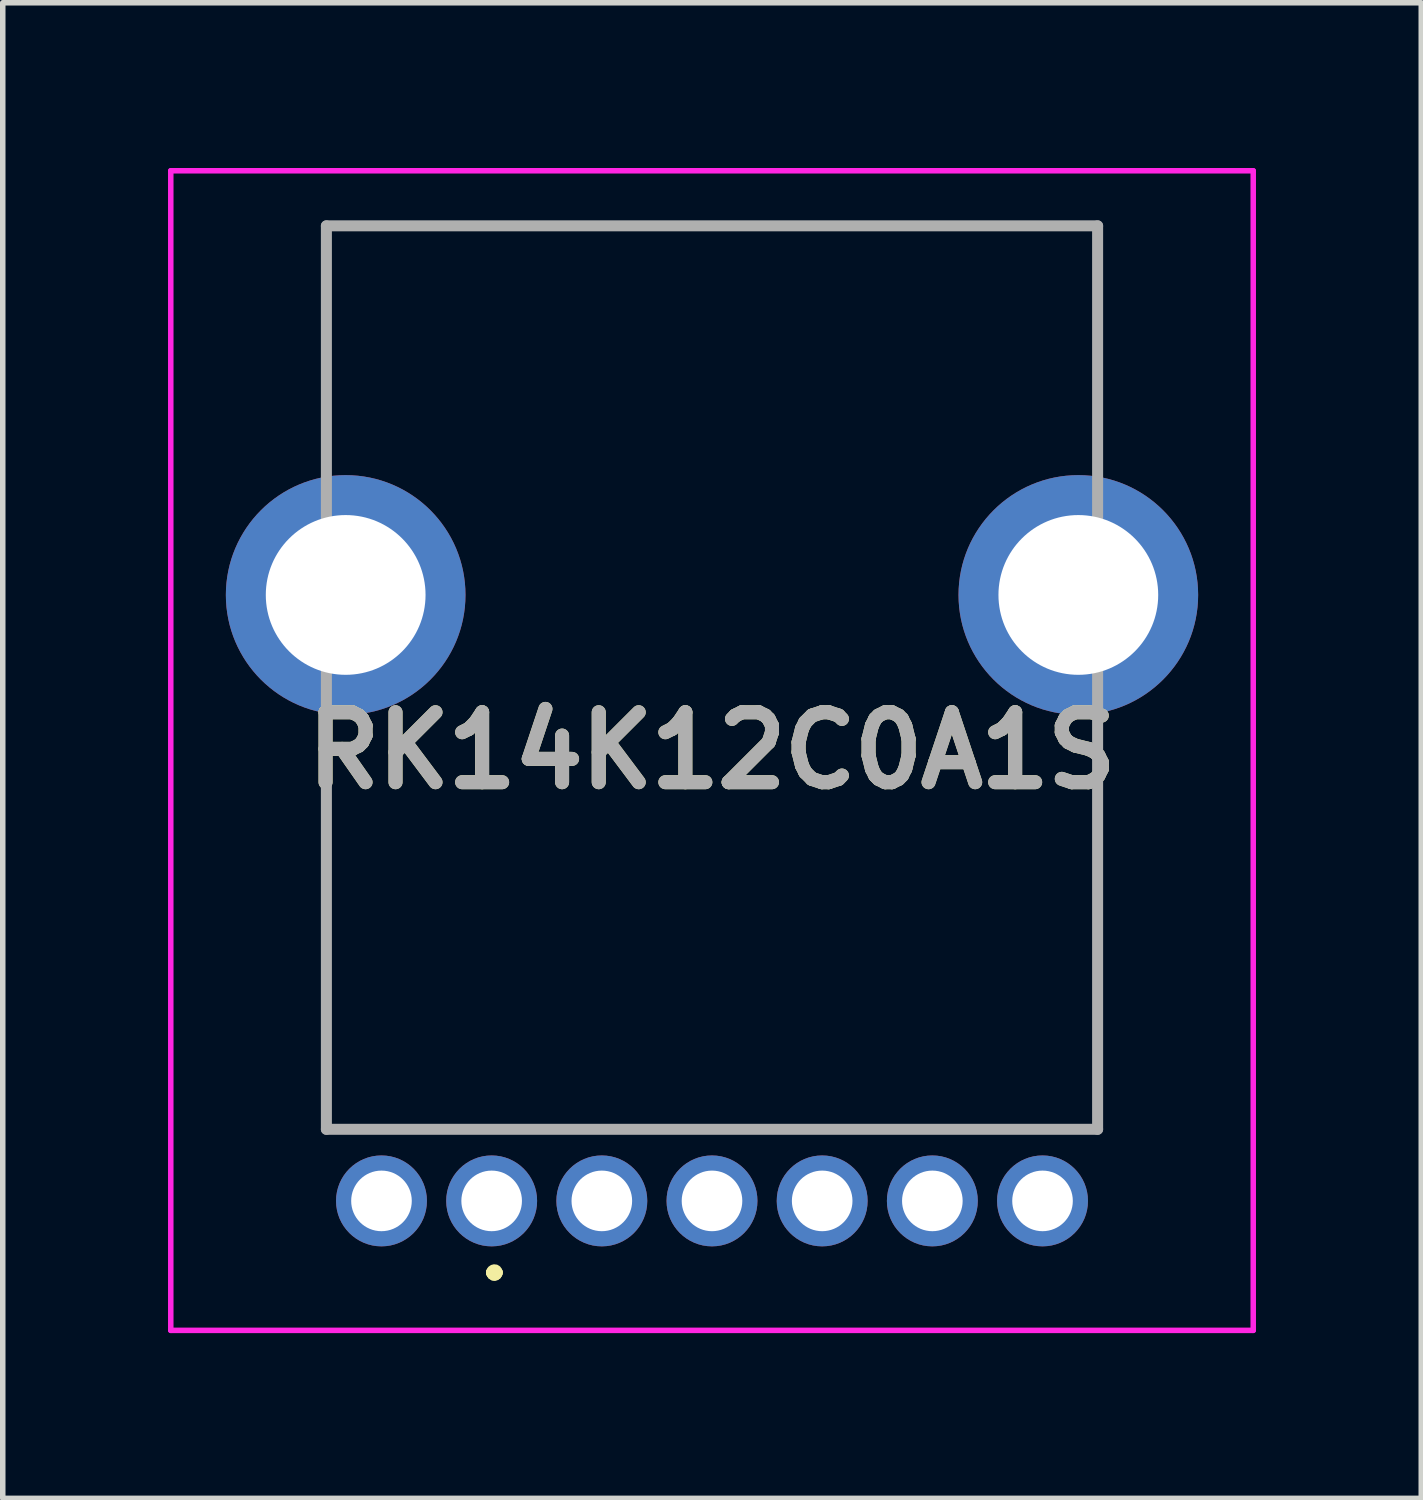
<source format=kicad_pcb>
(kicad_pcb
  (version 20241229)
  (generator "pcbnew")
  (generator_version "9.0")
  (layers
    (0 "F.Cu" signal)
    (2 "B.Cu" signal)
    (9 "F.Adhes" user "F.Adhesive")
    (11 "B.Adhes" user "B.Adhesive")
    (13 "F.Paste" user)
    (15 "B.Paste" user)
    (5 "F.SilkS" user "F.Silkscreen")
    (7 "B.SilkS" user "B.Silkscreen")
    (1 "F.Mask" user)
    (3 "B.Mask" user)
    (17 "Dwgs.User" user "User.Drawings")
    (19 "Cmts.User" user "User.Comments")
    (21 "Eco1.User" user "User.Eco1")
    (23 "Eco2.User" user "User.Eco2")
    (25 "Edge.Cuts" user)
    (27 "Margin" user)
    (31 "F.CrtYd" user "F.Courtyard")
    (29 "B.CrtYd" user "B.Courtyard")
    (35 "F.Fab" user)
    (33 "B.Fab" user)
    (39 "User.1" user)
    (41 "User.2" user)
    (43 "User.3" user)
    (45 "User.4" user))
  (footprint "RK14K12C0A1S"
    (layer "F.Cu")
    (at 9.875 7.75)
    (property "Reference" "RK14K12C0A1S" (at 0 2.825 0) (layer "F.SilkS") (effects (font (size 1.27 1.27) (thickness 0.254))))
    (attr through_hole)
    (fp_line (start -7 -6.7) (end -7 -6.7) (stroke (width 0.1) (type solid)) (layer "F.SilkS"))
    (fp_line (start -7 -6.7) (end -7 -6.7) (stroke (width 0.1) (type solid)) (layer "F.SilkS"))
    (fp_line (start -7 -6.7) (end -7 -3) (stroke (width 0.1) (type solid)) (layer "F.SilkS"))
    (fp_line (start -7 -6.7) (end 7 -6.7) (stroke (width 0.1) (type solid)) (layer "F.SilkS"))
    (fp_line (start -7 -3) (end -7 -6.7) (stroke (width 0.1) (type solid)) (layer "F.SilkS"))
    (fp_line (start -7 -3) (end -7 -3) (stroke (width 0.1) (type solid)) (layer "F.SilkS"))
    (fp_line (start -7 3) (end -7 3) (stroke (width 0.1) (type solid)) (layer "F.SilkS"))
    (fp_line (start -7 3) (end -7 9.7) (stroke (width 0.1) (type solid)) (layer "F.SilkS"))
    (fp_line (start -7 9.7) (end -7 3) (stroke (width 0.1) (type solid)) (layer "F.SilkS"))
    (fp_line (start -7 9.7) (end -7 9.7) (stroke (width 0.1) (type solid)) (layer "F.SilkS"))
    (fp_line (start -7 9.7) (end -7 9.7) (stroke (width 0.1) (type solid)) (layer "F.SilkS"))
    (fp_line (start -7 9.7) (end 7 9.7) (stroke (width 0.1) (type solid)) (layer "F.SilkS"))
    (fp_line (start -4 12.3) (end -4 12.3) (stroke (width 0.2) (type solid)) (layer "F.SilkS"))
    (fp_line (start -4 12.3) (end -4 12.3) (stroke (width 0.2) (type solid)) (layer "F.SilkS"))
    (fp_line (start -3.9 12.3) (end -3.9 12.3) (stroke (width 0.2) (type solid)) (layer "F.SilkS"))
    (fp_line (start 7 -6.7) (end -7 -6.7) (stroke (width 0.1) (type solid)) (layer "F.SilkS"))
    (fp_line (start 7 -6.7) (end 7 -6.7) (stroke (width 0.1) (type solid)) (layer "F.SilkS"))
    (fp_line (start 7 -6.7) (end 7 -6.7) (stroke (width 0.1) (type solid)) (layer "F.SilkS"))
    (fp_line (start 7 -6.7) (end 7 -3) (stroke (width 0.1) (type solid)) (layer "F.SilkS"))
    (fp_line (start 7 -3) (end 7 -6.7) (stroke (width 0.1) (type solid)) (layer "F.SilkS"))
    (fp_line (start 7 -3) (end 7 -3) (stroke (width 0.1) (type solid)) (layer "F.SilkS"))
    (fp_line (start 7 3) (end 7 3) (stroke (width 0.1) (type solid)) (layer "F.SilkS"))
    (fp_line (start 7 3) (end 7 9.7) (stroke (width 0.1) (type solid)) (layer "F.SilkS"))
    (fp_line (start 7 9.7) (end -7 9.7) (stroke (width 0.1) (type solid)) (layer "F.SilkS"))
    (fp_line (start 7 9.7) (end 7 3) (stroke (width 0.1) (type solid)) (layer "F.SilkS"))
    (fp_line (start 7 9.7) (end 7 9.7) (stroke (width 0.1) (type solid)) (layer "F.SilkS"))
    (fp_line (start 7 9.7) (end 7 9.7) (stroke (width 0.1) (type solid)) (layer "F.SilkS"))
    (fp_arc (start -4 12.3) (mid -3.95 12.25) (end -3.9 12.3) (stroke (width 0.2) (type solid)) (layer "F.SilkS"))
    (fp_arc (start -3.9 12.3) (mid -3.95 12.35) (end -4 12.3) (stroke (width 0.2) (type solid)) (layer "F.SilkS"))
    (fp_arc (start -3.9 12.3) (mid -3.95 12.35) (end -4 12.3) (stroke (width 0.2) (type solid)) (layer "F.SilkS"))
    (fp_line (start -9.825 -7.7) (end 9.825 -7.7) (stroke (width 0.1) (type solid)) (layer "F.CrtYd"))
    (fp_line (start -9.825 13.35) (end -9.825 -7.7) (stroke (width 0.1) (type solid)) (layer "F.CrtYd"))
    (fp_line (start 9.825 -7.7) (end 9.825 13.35) (stroke (width 0.1) (type solid)) (layer "F.CrtYd"))
    (fp_line (start 9.825 13.35) (end -9.825 13.35) (stroke (width 0.1) (type solid)) (layer "F.CrtYd"))
    (fp_line (start -7 -6.7) (end 7 -6.7) (stroke (width 0.2) (type solid)) (layer "F.Fab"))
    (fp_line (start -7 9.7) (end -7 -6.7) (stroke (width 0.2) (type solid)) (layer "F.Fab"))
    (fp_line (start 7 -6.7) (end 7 9.7) (stroke (width 0.2) (type solid)) (layer "F.Fab"))
    (fp_line (start 7 9.7) (end -7 9.7) (stroke (width 0.2) (type solid)) (layer "F.Fab"))
    (fp_text user "${REFERENCE}" (at 0 2.825 0) (layer "F.Fab") (effects (font (size 1.27 1.27) (thickness 0.254))))
    (pad "1" thru_hole circle (at -4 11) (size 1.65 1.65) (drill 1.1) (layers "*.Cu" "*.Mask"))
    (pad "2" thru_hole circle (at -2 11) (size 1.65 1.65) (drill 1.1) (layers "*.Cu" "*.Mask"))
    (pad "3" thru_hole circle (at 0 11) (size 1.65 1.65) (drill 1.1) (layers "*.Cu" "*.Mask"))
    (pad "4" thru_hole circle (at 2 11) (size 1.65 1.65) (drill 1.1) (layers "*.Cu" "*.Mask"))
    (pad "5" thru_hole circle (at 4 11) (size 1.65 1.65) (drill 1.1) (layers "*.Cu" "*.Mask"))
    (pad "6" thru_hole circle (at 6.65 0) (size 4.35 4.35) (drill 2.9) (layers "*.Cu" "*.Mask"))
    (pad "7" thru_hole circle (at -6.65 0) (size 4.35 4.35) (drill 2.9) (layers "*.Cu" "*.Mask"))
    (pad "D1" thru_hole circle (at -6 11) (size 1.65 1.65) (drill 1.1) (layers "*.Cu" "*.Mask"))
    (pad "D2" thru_hole circle (at 6 11) (size 1.65 1.65) (drill 1.1) (layers "*.Cu" "*.Mask")))
  (gr_rect
    (start -3 -3)
    (end 22.75 24.15)
    (stroke (width 0.1) (type default))
    (fill no)
    (layer "Edge.Cuts")))
</source>
